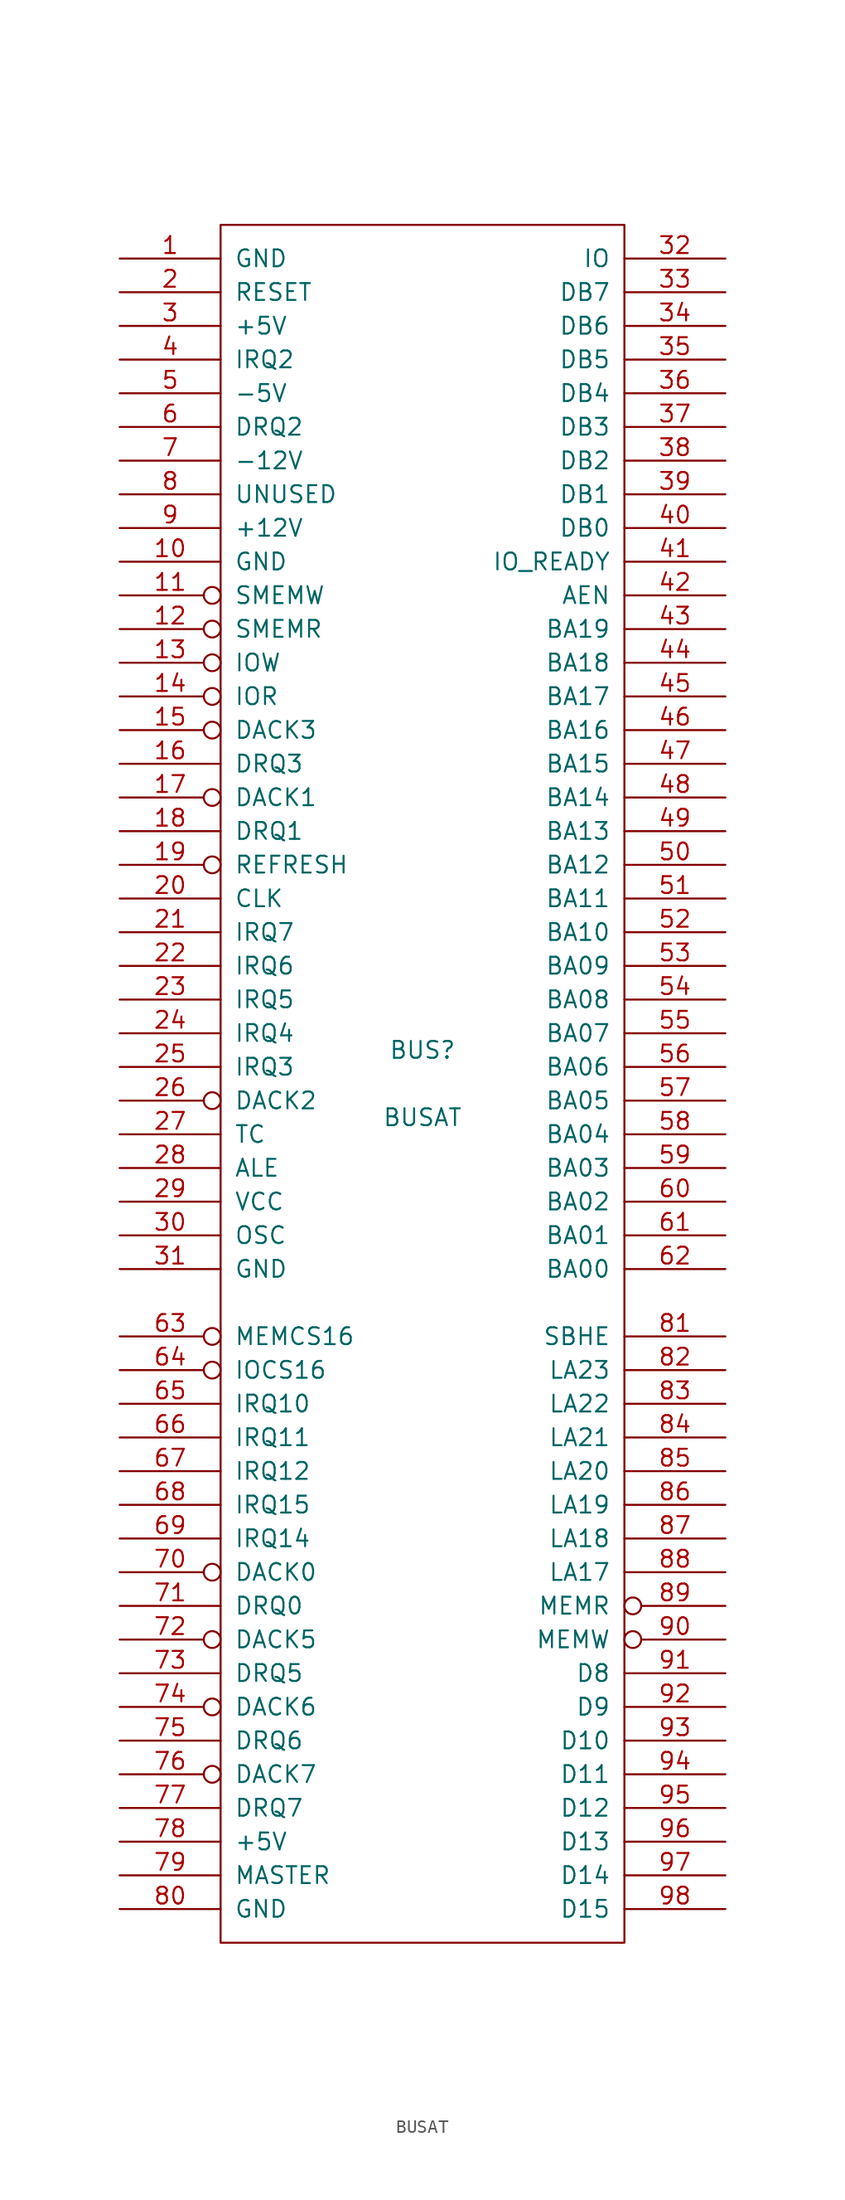
<source format=kicad_sym>
(kicad_symbol_lib
  (version 20211014)
  (generator kicad_symbol_editor)
  (symbol "BUSAT"
    (pin_names
      (offset 1.016))
    (property "Reference" "BUS"
      (at 0 2.54 0)
      (effects (font (size 1.27 1.27))))
    (property "Value" "BUSAT"
      (at 0 -2.54 0)
      (effects (font (size 1.27 1.27))))
    (property "Footprint" ""
      (at 0 0 0)
      (effects (font (size 1.27 1.27))))
    (property "Datasheet" ""
      (at 0 0 0)
      (effects (font (size 1.27 1.27))))
    (symbol "BUSAT_0_1"
      (rectangle (start -15.24 -64.77) (end 15.24 64.77) (stroke (width 0) (type default) (color 0 0 0 0)) (fill (type none))))
    (symbol "BUSAT_1_1"
      (pin passive line (at -22.86 62.23 0) (length 7.62) (name "GND" (effects (font (size 1.27 1.27)))) (number "1" (effects (font (size 1.27 1.27)))))
      (pin passive line (at -22.86 39.37 0) (length 7.62) (name "GND" (effects (font (size 1.27 1.27)))) (number "10" (effects (font (size 1.27 1.27)))))
      (pin output inverted (at -22.86 36.83 0) (length 7.62) (name "SMEMW" (effects (font (size 1.27 1.27)))) (number "11" (effects (font (size 1.27 1.27)))))
      (pin output inverted (at -22.86 34.29 0) (length 7.62) (name "SMEMR" (effects (font (size 1.27 1.27)))) (number "12" (effects (font (size 1.27 1.27)))))
      (pin output inverted (at -22.86 31.75 0) (length 7.62) (name "IOW" (effects (font (size 1.27 1.27)))) (number "13" (effects (font (size 1.27 1.27)))))
      (pin output inverted (at -22.86 29.21 0) (length 7.62) (name "IOR" (effects (font (size 1.27 1.27)))) (number "14" (effects (font (size 1.27 1.27)))))
      (pin passive inverted (at -22.86 26.67 0) (length 7.62) (name "DACK3" (effects (font (size 1.27 1.27)))) (number "15" (effects (font (size 1.27 1.27)))))
      (pin passive line (at -22.86 24.13 0) (length 7.62) (name "DRQ3" (effects (font (size 1.27 1.27)))) (number "16" (effects (font (size 1.27 1.27)))))
      (pin passive inverted (at -22.86 21.59 0) (length 7.62) (name "DACK1" (effects (font (size 1.27 1.27)))) (number "17" (effects (font (size 1.27 1.27)))))
      (pin passive line (at -22.86 19.05 0) (length 7.62) (name "DRQ1" (effects (font (size 1.27 1.27)))) (number "18" (effects (font (size 1.27 1.27)))))
      (pin passive inverted (at -22.86 16.51 0) (length 7.62) (name "REFRESH" (effects (font (size 1.27 1.27)))) (number "19" (effects (font (size 1.27 1.27)))))
      (pin output line (at -22.86 59.69 0) (length 7.62) (name "RESET" (effects (font (size 1.27 1.27)))) (number "2" (effects (font (size 1.27 1.27)))))
      (pin output line (at -22.86 13.97 0) (length 7.62) (name "CLK" (effects (font (size 1.27 1.27)))) (number "20" (effects (font (size 1.27 1.27)))))
      (pin passive line (at -22.86 11.43 0) (length 7.62) (name "IRQ7" (effects (font (size 1.27 1.27)))) (number "21" (effects (font (size 1.27 1.27)))))
      (pin passive line (at -22.86 8.89 0) (length 7.62) (name "IRQ6" (effects (font (size 1.27 1.27)))) (number "22" (effects (font (size 1.27 1.27)))))
      (pin passive line (at -22.86 6.35 0) (length 7.62) (name "IRQ5" (effects (font (size 1.27 1.27)))) (number "23" (effects (font (size 1.27 1.27)))))
      (pin passive line (at -22.86 3.81 0) (length 7.62) (name "IRQ4" (effects (font (size 1.27 1.27)))) (number "24" (effects (font (size 1.27 1.27)))))
      (pin passive line (at -22.86 1.27 0) (length 7.62) (name "IRQ3" (effects (font (size 1.27 1.27)))) (number "25" (effects (font (size 1.27 1.27)))))
      (pin passive inverted (at -22.86 -1.27 0) (length 7.62) (name "DACK2" (effects (font (size 1.27 1.27)))) (number "26" (effects (font (size 1.27 1.27)))))
      (pin passive line (at -22.86 -3.81 0) (length 7.62) (name "TC" (effects (font (size 1.27 1.27)))) (number "27" (effects (font (size 1.27 1.27)))))
      (pin output line (at -22.86 -6.35 0) (length 7.62) (name "ALE" (effects (font (size 1.27 1.27)))) (number "28" (effects (font (size 1.27 1.27)))))
      (pin passive line (at -22.86 -8.89 0) (length 7.62) (name "VCC" (effects (font (size 1.27 1.27)))) (number "29" (effects (font (size 1.27 1.27)))))
      (pin passive line (at -22.86 57.15 0) (length 7.62) (name "+5V" (effects (font (size 1.27 1.27)))) (number "3" (effects (font (size 1.27 1.27)))))
      (pin output line (at -22.86 -11.43 0) (length 7.62) (name "OSC" (effects (font (size 1.27 1.27)))) (number "30" (effects (font (size 1.27 1.27)))))
      (pin passive line (at -22.86 -13.97 0) (length 7.62) (name "GND" (effects (font (size 1.27 1.27)))) (number "31" (effects (font (size 1.27 1.27)))))
      (pin passive line (at 22.86 62.23 180) (length 7.62) (name "IO" (effects (font (size 1.27 1.27)))) (number "32" (effects (font (size 1.27 1.27)))))
      (pin tri_state line (at 22.86 59.69 180) (length 7.62) (name "DB7" (effects (font (size 1.27 1.27)))) (number "33" (effects (font (size 1.27 1.27)))))
      (pin tri_state line (at 22.86 57.15 180) (length 7.62) (name "DB6" (effects (font (size 1.27 1.27)))) (number "34" (effects (font (size 1.27 1.27)))))
      (pin tri_state line (at 22.86 54.61 180) (length 7.62) (name "DB5" (effects (font (size 1.27 1.27)))) (number "35" (effects (font (size 1.27 1.27)))))
      (pin tri_state line (at 22.86 52.07 180) (length 7.62) (name "DB4" (effects (font (size 1.27 1.27)))) (number "36" (effects (font (size 1.27 1.27)))))
      (pin tri_state line (at 22.86 49.53 180) (length 7.62) (name "DB3" (effects (font (size 1.27 1.27)))) (number "37" (effects (font (size 1.27 1.27)))))
      (pin tri_state line (at 22.86 46.99 180) (length 7.62) (name "DB2" (effects (font (size 1.27 1.27)))) (number "38" (effects (font (size 1.27 1.27)))))
      (pin tri_state line (at 22.86 44.45 180) (length 7.62) (name "DB1" (effects (font (size 1.27 1.27)))) (number "39" (effects (font (size 1.27 1.27)))))
      (pin passive line (at -22.86 54.61 0) (length 7.62) (name "IRQ2" (effects (font (size 1.27 1.27)))) (number "4" (effects (font (size 1.27 1.27)))))
      (pin tri_state line (at 22.86 41.91 180) (length 7.62) (name "DB0" (effects (font (size 1.27 1.27)))) (number "40" (effects (font (size 1.27 1.27)))))
      (pin passive line (at 22.86 39.37 180) (length 7.62) (name "IO_READY" (effects (font (size 1.27 1.27)))) (number "41" (effects (font (size 1.27 1.27)))))
      (pin output line (at 22.86 36.83 180) (length 7.62) (name "AEN" (effects (font (size 1.27 1.27)))) (number "42" (effects (font (size 1.27 1.27)))))
      (pin tri_state line (at 22.86 34.29 180) (length 7.62) (name "BA19" (effects (font (size 1.27 1.27)))) (number "43" (effects (font (size 1.27 1.27)))))
      (pin tri_state line (at 22.86 31.75 180) (length 7.62) (name "BA18" (effects (font (size 1.27 1.27)))) (number "44" (effects (font (size 1.27 1.27)))))
      (pin tri_state line (at 22.86 29.21 180) (length 7.62) (name "BA17" (effects (font (size 1.27 1.27)))) (number "45" (effects (font (size 1.27 1.27)))))
      (pin tri_state line (at 22.86 26.67 180) (length 7.62) (name "BA16" (effects (font (size 1.27 1.27)))) (number "46" (effects (font (size 1.27 1.27)))))
      (pin tri_state line (at 22.86 24.13 180) (length 7.62) (name "BA15" (effects (font (size 1.27 1.27)))) (number "47" (effects (font (size 1.27 1.27)))))
      (pin tri_state line (at 22.86 21.59 180) (length 7.62) (name "BA14" (effects (font (size 1.27 1.27)))) (number "48" (effects (font (size 1.27 1.27)))))
      (pin tri_state line (at 22.86 19.05 180) (length 7.62) (name "BA13" (effects (font (size 1.27 1.27)))) (number "49" (effects (font (size 1.27 1.27)))))
      (pin passive line (at -22.86 52.07 0) (length 7.62) (name "-5V" (effects (font (size 1.27 1.27)))) (number "5" (effects (font (size 1.27 1.27)))))
      (pin tri_state line (at 22.86 16.51 180) (length 7.62) (name "BA12" (effects (font (size 1.27 1.27)))) (number "50" (effects (font (size 1.27 1.27)))))
      (pin tri_state line (at 22.86 13.97 180) (length 7.62) (name "BA11" (effects (font (size 1.27 1.27)))) (number "51" (effects (font (size 1.27 1.27)))))
      (pin tri_state line (at 22.86 11.43 180) (length 7.62) (name "BA10" (effects (font (size 1.27 1.27)))) (number "52" (effects (font (size 1.27 1.27)))))
      (pin tri_state line (at 22.86 8.89 180) (length 7.62) (name "BA09" (effects (font (size 1.27 1.27)))) (number "53" (effects (font (size 1.27 1.27)))))
      (pin tri_state line (at 22.86 6.35 180) (length 7.62) (name "BA08" (effects (font (size 1.27 1.27)))) (number "54" (effects (font (size 1.27 1.27)))))
      (pin tri_state line (at 22.86 3.81 180) (length 7.62) (name "BA07" (effects (font (size 1.27 1.27)))) (number "55" (effects (font (size 1.27 1.27)))))
      (pin tri_state line (at 22.86 1.27 180) (length 7.62) (name "BA06" (effects (font (size 1.27 1.27)))) (number "56" (effects (font (size 1.27 1.27)))))
      (pin tri_state line (at 22.86 -1.27 180) (length 7.62) (name "BA05" (effects (font (size 1.27 1.27)))) (number "57" (effects (font (size 1.27 1.27)))))
      (pin tri_state line (at 22.86 -3.81 180) (length 7.62) (name "BA04" (effects (font (size 1.27 1.27)))) (number "58" (effects (font (size 1.27 1.27)))))
      (pin tri_state line (at 22.86 -6.35 180) (length 7.62) (name "BA03" (effects (font (size 1.27 1.27)))) (number "59" (effects (font (size 1.27 1.27)))))
      (pin passive line (at -22.86 49.53 0) (length 7.62) (name "DRQ2" (effects (font (size 1.27 1.27)))) (number "6" (effects (font (size 1.27 1.27)))))
      (pin tri_state line (at 22.86 -8.89 180) (length 7.62) (name "BA02" (effects (font (size 1.27 1.27)))) (number "60" (effects (font (size 1.27 1.27)))))
      (pin tri_state line (at 22.86 -11.43 180) (length 7.62) (name "BA01" (effects (font (size 1.27 1.27)))) (number "61" (effects (font (size 1.27 1.27)))))
      (pin tri_state line (at 22.86 -13.97 180) (length 7.62) (name "BA00" (effects (font (size 1.27 1.27)))) (number "62" (effects (font (size 1.27 1.27)))))
      (pin passive inverted (at -22.86 -19.05 0) (length 7.62) (name "MEMCS16" (effects (font (size 1.27 1.27)))) (number "63" (effects (font (size 1.27 1.27)))))
      (pin passive inverted (at -22.86 -21.59 0) (length 7.62) (name "IOCS16" (effects (font (size 1.27 1.27)))) (number "64" (effects (font (size 1.27 1.27)))))
      (pin passive line (at -22.86 -24.13 0) (length 7.62) (name "IRQ10" (effects (font (size 1.27 1.27)))) (number "65" (effects (font (size 1.27 1.27)))))
      (pin passive line (at -22.86 -26.67 0) (length 7.62) (name "IRQ11" (effects (font (size 1.27 1.27)))) (number "66" (effects (font (size 1.27 1.27)))))
      (pin passive line (at -22.86 -29.21 0) (length 7.62) (name "IRQ12" (effects (font (size 1.27 1.27)))) (number "67" (effects (font (size 1.27 1.27)))))
      (pin passive line (at -22.86 -31.75 0) (length 7.62) (name "IRQ15" (effects (font (size 1.27 1.27)))) (number "68" (effects (font (size 1.27 1.27)))))
      (pin passive line (at -22.86 -34.29 0) (length 7.62) (name "IRQ14" (effects (font (size 1.27 1.27)))) (number "69" (effects (font (size 1.27 1.27)))))
      (pin passive line (at -22.86 46.99 0) (length 7.62) (name "-12V" (effects (font (size 1.27 1.27)))) (number "7" (effects (font (size 1.27 1.27)))))
      (pin output inverted (at -22.86 -36.83 0) (length 7.62) (name "DACK0" (effects (font (size 1.27 1.27)))) (number "70" (effects (font (size 1.27 1.27)))))
      (pin passive line (at -22.86 -39.37 0) (length 7.62) (name "DRQ0" (effects (font (size 1.27 1.27)))) (number "71" (effects (font (size 1.27 1.27)))))
      (pin output inverted (at -22.86 -41.91 0) (length 7.62) (name "DACK5" (effects (font (size 1.27 1.27)))) (number "72" (effects (font (size 1.27 1.27)))))
      (pin passive line (at -22.86 -44.45 0) (length 7.62) (name "DRQ5" (effects (font (size 1.27 1.27)))) (number "73" (effects (font (size 1.27 1.27)))))
      (pin output inverted (at -22.86 -46.99 0) (length 7.62) (name "DACK6" (effects (font (size 1.27 1.27)))) (number "74" (effects (font (size 1.27 1.27)))))
      (pin passive line (at -22.86 -49.53 0) (length 7.62) (name "DRQ6" (effects (font (size 1.27 1.27)))) (number "75" (effects (font (size 1.27 1.27)))))
      (pin output inverted (at -22.86 -52.07 0) (length 7.62) (name "DACK7" (effects (font (size 1.27 1.27)))) (number "76" (effects (font (size 1.27 1.27)))))
      (pin passive line (at -22.86 -54.61 0) (length 7.62) (name "DRQ7" (effects (font (size 1.27 1.27)))) (number "77" (effects (font (size 1.27 1.27)))))
      (pin passive line (at -22.86 -57.15 0) (length 7.62) (name "+5V" (effects (font (size 1.27 1.27)))) (number "78" (effects (font (size 1.27 1.27)))))
      (pin passive line (at -22.86 -59.69 0) (length 7.62) (name "MASTER" (effects (font (size 1.27 1.27)))) (number "79" (effects (font (size 1.27 1.27)))))
      (pin passive line (at -22.86 44.45 0) (length 7.62) (name "UNUSED" (effects (font (size 1.27 1.27)))) (number "8" (effects (font (size 1.27 1.27)))))
      (pin passive line (at -22.86 -62.23 0) (length 7.62) (name "GND" (effects (font (size 1.27 1.27)))) (number "80" (effects (font (size 1.27 1.27)))))
      (pin passive line (at 22.86 -19.05 180) (length 7.62) (name "SBHE" (effects (font (size 1.27 1.27)))) (number "81" (effects (font (size 1.27 1.27)))))
      (pin passive line (at 22.86 -21.59 180) (length 7.62) (name "LA23" (effects (font (size 1.27 1.27)))) (number "82" (effects (font (size 1.27 1.27)))))
      (pin passive line (at 22.86 -24.13 180) (length 7.62) (name "LA22" (effects (font (size 1.27 1.27)))) (number "83" (effects (font (size 1.27 1.27)))))
      (pin passive line (at 22.86 -26.67 180) (length 7.62) (name "LA21" (effects (font (size 1.27 1.27)))) (number "84" (effects (font (size 1.27 1.27)))))
      (pin passive line (at 22.86 -29.21 180) (length 7.62) (name "LA20" (effects (font (size 1.27 1.27)))) (number "85" (effects (font (size 1.27 1.27)))))
      (pin passive line (at 22.86 -31.75 180) (length 7.62) (name "LA19" (effects (font (size 1.27 1.27)))) (number "86" (effects (font (size 1.27 1.27)))))
      (pin passive line (at 22.86 -34.29 180) (length 7.62) (name "LA18" (effects (font (size 1.27 1.27)))) (number "87" (effects (font (size 1.27 1.27)))))
      (pin passive line (at 22.86 -36.83 180) (length 7.62) (name "LA17" (effects (font (size 1.27 1.27)))) (number "88" (effects (font (size 1.27 1.27)))))
      (pin output inverted (at 22.86 -39.37 180) (length 7.62) (name "MEMR" (effects (font (size 1.27 1.27)))) (number "89" (effects (font (size 1.27 1.27)))))
      (pin passive line (at -22.86 41.91 0) (length 7.62) (name "+12V" (effects (font (size 1.27 1.27)))) (number "9" (effects (font (size 1.27 1.27)))))
      (pin output inverted (at 22.86 -41.91 180) (length 7.62) (name "MEMW" (effects (font (size 1.27 1.27)))) (number "90" (effects (font (size 1.27 1.27)))))
      (pin tri_state line (at 22.86 -44.45 180) (length 7.62) (name "D8" (effects (font (size 1.27 1.27)))) (number "91" (effects (font (size 1.27 1.27)))))
      (pin tri_state line (at 22.86 -46.99 180) (length 7.62) (name "D9" (effects (font (size 1.27 1.27)))) (number "92" (effects (font (size 1.27 1.27)))))
      (pin tri_state line (at 22.86 -49.53 180) (length 7.62) (name "D10" (effects (font (size 1.27 1.27)))) (number "93" (effects (font (size 1.27 1.27)))))
      (pin tri_state line (at 22.86 -52.07 180) (length 7.62) (name "D11" (effects (font (size 1.27 1.27)))) (number "94" (effects (font (size 1.27 1.27)))))
      (pin tri_state line (at 22.86 -54.61 180) (length 7.62) (name "D12" (effects (font (size 1.27 1.27)))) (number "95" (effects (font (size 1.27 1.27)))))
      (pin tri_state line (at 22.86 -57.15 180) (length 7.62) (name "D13" (effects (font (size 1.27 1.27)))) (number "96" (effects (font (size 1.27 1.27)))))
      (pin tri_state line (at 22.86 -59.69 180) (length 7.62) (name "D14" (effects (font (size 1.27 1.27)))) (number "97" (effects (font (size 1.27 1.27)))))
      (pin tri_state line (at 22.86 -62.23 180) (length 7.62) (name "D15" (effects (font (size 1.27 1.27)))) (number "98" (effects (font (size 1.27 1.27))))))))
</source>
